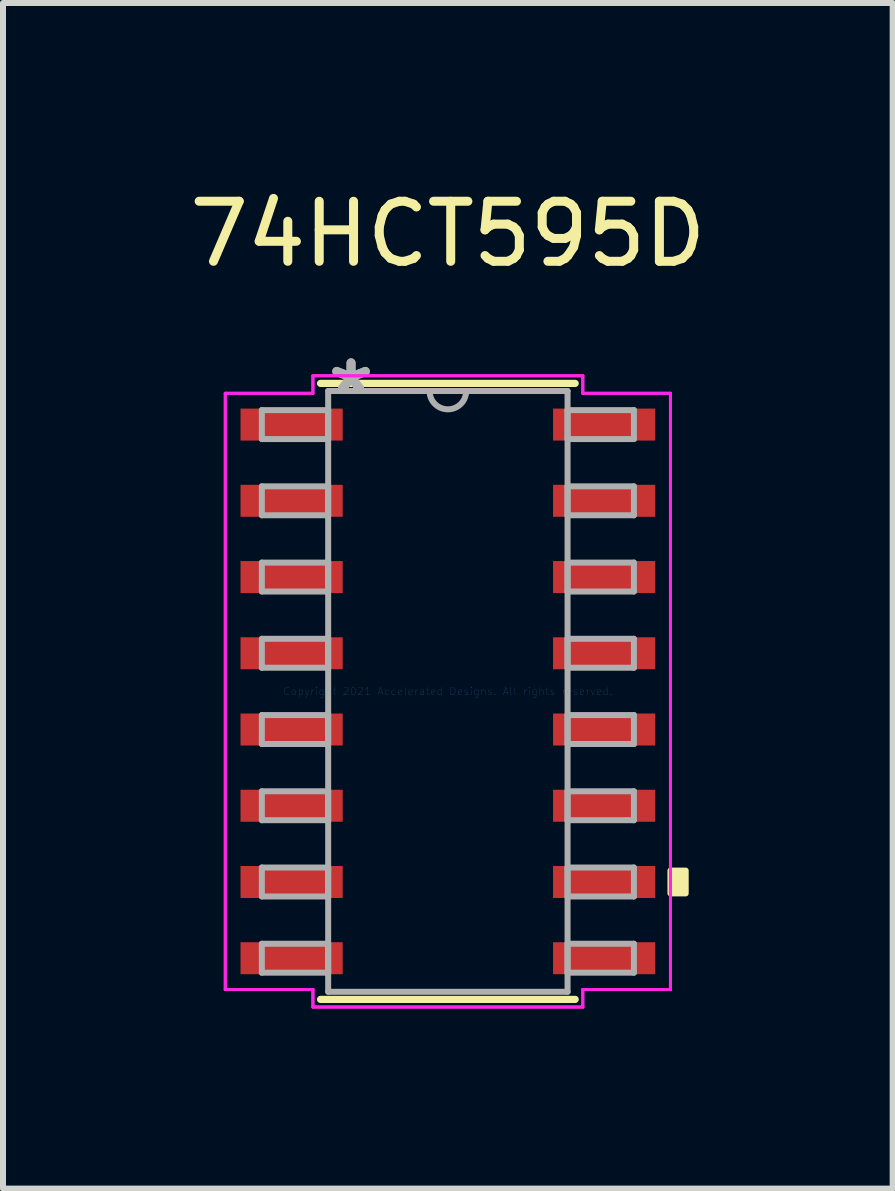
<source format=kicad_pcb>
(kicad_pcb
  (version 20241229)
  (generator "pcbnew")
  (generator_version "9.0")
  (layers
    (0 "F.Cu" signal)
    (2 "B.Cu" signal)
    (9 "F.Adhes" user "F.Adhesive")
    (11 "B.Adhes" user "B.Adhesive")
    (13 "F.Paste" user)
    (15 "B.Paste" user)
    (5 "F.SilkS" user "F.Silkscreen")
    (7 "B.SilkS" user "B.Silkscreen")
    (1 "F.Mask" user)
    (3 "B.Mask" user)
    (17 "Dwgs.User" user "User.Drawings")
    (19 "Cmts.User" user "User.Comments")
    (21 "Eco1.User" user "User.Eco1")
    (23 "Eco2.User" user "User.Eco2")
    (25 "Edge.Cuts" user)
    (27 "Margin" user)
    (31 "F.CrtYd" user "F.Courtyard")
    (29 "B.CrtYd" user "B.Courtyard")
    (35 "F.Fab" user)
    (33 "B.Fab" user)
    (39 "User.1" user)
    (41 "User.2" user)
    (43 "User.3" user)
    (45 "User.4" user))
  (footprint "74HCT595D"
    (layer "F.Cu")
    (at 4.411 8.468)
    (property "Reference" "74HCT595D" (at 0 -7.62 0) (layer "F.SilkS") (effects (font (size 1 1) (thickness 0.15))))
    (attr through_hole)
    (fp_line (start -2.121 5.131) (end 2.121 5.131) (stroke (width 0.12) (type solid)) (layer "F.SilkS"))
    (fp_line (start 2.121 -5.131) (end -2.121 -5.131) (stroke (width 0.12) (type solid)) (layer "F.SilkS"))
    (fp_poly (pts (xy 3.962 2.985) (xy 3.962 3.365) (xy 3.708 3.365) (xy 3.708 2.985)) (stroke (width 0.1) (type solid)) (fill yes) (layer "F.SilkS"))
    (fp_line (start -3.708 -4.966) (end -2.248 -4.966) (stroke (width 0.05) (type solid)) (layer "F.CrtYd"))
    (fp_line (start -3.708 -4.966) (end -2.248 -4.966) (stroke (width 0.05) (type solid)) (layer "F.CrtYd"))
    (fp_line (start -3.708 4.966) (end -3.708 -4.966) (stroke (width 0.05) (type solid)) (layer "F.CrtYd"))
    (fp_line (start -3.708 4.966) (end -3.708 -4.966) (stroke (width 0.05) (type solid)) (layer "F.CrtYd"))
    (fp_line (start -3.708 4.966) (end -2.248 4.966) (stroke (width 0.05) (type solid)) (layer "F.CrtYd"))
    (fp_line (start -2.248 -5.258) (end 2.248 -5.258) (stroke (width 0.05) (type solid)) (layer "F.CrtYd"))
    (fp_line (start -2.248 -5.258) (end 2.248 -5.258) (stroke (width 0.05) (type solid)) (layer "F.CrtYd"))
    (fp_line (start -2.248 -4.966) (end -2.248 -5.258) (stroke (width 0.05) (type solid)) (layer "F.CrtYd"))
    (fp_line (start -2.248 -4.966) (end -2.248 -5.258) (stroke (width 0.05) (type solid)) (layer "F.CrtYd"))
    (fp_line (start -2.248 4.966) (end -3.708 4.966) (stroke (width 0.05) (type solid)) (layer "F.CrtYd"))
    (fp_line (start -2.248 5.258) (end -2.248 4.966) (stroke (width 0.05) (type solid)) (layer "F.CrtYd"))
    (fp_line (start -2.248 5.258) (end -2.248 4.966) (stroke (width 0.05) (type solid)) (layer "F.CrtYd"))
    (fp_line (start 2.248 -5.258) (end 2.248 -4.966) (stroke (width 0.05) (type solid)) (layer "F.CrtYd"))
    (fp_line (start 2.248 -5.258) (end 2.248 -4.966) (stroke (width 0.05) (type solid)) (layer "F.CrtYd"))
    (fp_line (start 2.248 -4.966) (end 3.708 -4.966) (stroke (width 0.05) (type solid)) (layer "F.CrtYd"))
    (fp_line (start 2.248 4.966) (end 2.248 5.258) (stroke (width 0.05) (type solid)) (layer "F.CrtYd"))
    (fp_line (start 2.248 4.966) (end 2.248 5.258) (stroke (width 0.05) (type solid)) (layer "F.CrtYd"))
    (fp_line (start 2.248 5.258) (end -2.248 5.258) (stroke (width 0.05) (type solid)) (layer "F.CrtYd"))
    (fp_line (start 2.248 5.258) (end -2.248 5.258) (stroke (width 0.05) (type solid)) (layer "F.CrtYd"))
    (fp_line (start 3.708 -4.966) (end 2.248 -4.966) (stroke (width 0.05) (type solid)) (layer "F.CrtYd"))
    (fp_line (start 3.708 -4.966) (end 3.708 4.966) (stroke (width 0.05) (type solid)) (layer "F.CrtYd"))
    (fp_line (start 3.708 -4.966) (end 3.708 4.966) (stroke (width 0.05) (type solid)) (layer "F.CrtYd"))
    (fp_line (start 3.708 4.966) (end 2.248 4.966) (stroke (width 0.05) (type solid)) (layer "F.CrtYd"))
    (fp_line (start 3.708 4.966) (end 2.248 4.966) (stroke (width 0.05) (type solid)) (layer "F.CrtYd"))
    (fp_line (start -3.099 -4.686) (end -3.099 -4.204) (stroke (width 0.1) (type solid)) (layer "F.Fab"))
    (fp_line (start -3.099 -4.204) (end -1.994 -4.204) (stroke (width 0.1) (type solid)) (layer "F.Fab"))
    (fp_line (start -3.099 -3.416) (end -3.099 -2.934) (stroke (width 0.1) (type solid)) (layer "F.Fab"))
    (fp_line (start -3.099 -2.934) (end -1.994 -2.934) (stroke (width 0.1) (type solid)) (layer "F.Fab"))
    (fp_line (start -3.099 -2.146) (end -3.099 -1.664) (stroke (width 0.1) (type solid)) (layer "F.Fab"))
    (fp_line (start -3.099 -1.664) (end -1.994 -1.664) (stroke (width 0.1) (type solid)) (layer "F.Fab"))
    (fp_line (start -3.099 -0.876) (end -3.099 -0.394) (stroke (width 0.1) (type solid)) (layer "F.Fab"))
    (fp_line (start -3.099 -0.394) (end -1.994 -0.394) (stroke (width 0.1) (type solid)) (layer "F.Fab"))
    (fp_line (start -3.099 0.394) (end -3.099 0.876) (stroke (width 0.1) (type solid)) (layer "F.Fab"))
    (fp_line (start -3.099 0.876) (end -1.994 0.876) (stroke (width 0.1) (type solid)) (layer "F.Fab"))
    (fp_line (start -3.099 1.664) (end -3.099 2.146) (stroke (width 0.1) (type solid)) (layer "F.Fab"))
    (fp_line (start -3.099 2.146) (end -1.994 2.146) (stroke (width 0.1) (type solid)) (layer "F.Fab"))
    (fp_line (start -3.099 2.934) (end -3.099 3.416) (stroke (width 0.1) (type solid)) (layer "F.Fab"))
    (fp_line (start -3.099 3.416) (end -1.994 3.416) (stroke (width 0.1) (type solid)) (layer "F.Fab"))
    (fp_line (start -3.099 4.204) (end -3.099 4.686) (stroke (width 0.1) (type solid)) (layer "F.Fab"))
    (fp_line (start -3.099 4.686) (end -1.994 4.686) (stroke (width 0.1) (type solid)) (layer "F.Fab"))
    (fp_line (start -1.994 -5.004) (end -1.994 5.004) (stroke (width 0.1) (type solid)) (layer "F.Fab"))
    (fp_line (start -1.994 -4.686) (end -3.099 -4.686) (stroke (width 0.1) (type solid)) (layer "F.Fab"))
    (fp_line (start -1.994 -4.204) (end -1.994 -4.686) (stroke (width 0.1) (type solid)) (layer "F.Fab"))
    (fp_line (start -1.994 -3.416) (end -3.099 -3.416) (stroke (width 0.1) (type solid)) (layer "F.Fab"))
    (fp_line (start -1.994 -2.934) (end -1.994 -3.416) (stroke (width 0.1) (type solid)) (layer "F.Fab"))
    (fp_line (start -1.994 -2.146) (end -3.099 -2.146) (stroke (width 0.1) (type solid)) (layer "F.Fab"))
    (fp_line (start -1.994 -1.664) (end -1.994 -2.146) (stroke (width 0.1) (type solid)) (layer "F.Fab"))
    (fp_line (start -1.994 -0.876) (end -3.099 -0.876) (stroke (width 0.1) (type solid)) (layer "F.Fab"))
    (fp_line (start -1.994 -0.394) (end -1.994 -0.876) (stroke (width 0.1) (type solid)) (layer "F.Fab"))
    (fp_line (start -1.994 0.394) (end -3.099 0.394) (stroke (width 0.1) (type solid)) (layer "F.Fab"))
    (fp_line (start -1.994 0.876) (end -1.994 0.394) (stroke (width 0.1) (type solid)) (layer "F.Fab"))
    (fp_line (start -1.994 1.664) (end -3.099 1.664) (stroke (width 0.1) (type solid)) (layer "F.Fab"))
    (fp_line (start -1.994 2.146) (end -1.994 1.664) (stroke (width 0.1) (type solid)) (layer "F.Fab"))
    (fp_line (start -1.994 2.934) (end -3.099 2.934) (stroke (width 0.1) (type solid)) (layer "F.Fab"))
    (fp_line (start -1.994 3.416) (end -1.994 2.934) (stroke (width 0.1) (type solid)) (layer "F.Fab"))
    (fp_line (start -1.994 4.204) (end -3.099 4.204) (stroke (width 0.1) (type solid)) (layer "F.Fab"))
    (fp_line (start -1.994 4.686) (end -1.994 4.204) (stroke (width 0.1) (type solid)) (layer "F.Fab"))
    (fp_line (start -1.994 5.004) (end 1.994 5.004) (stroke (width 0.1) (type solid)) (layer "F.Fab"))
    (fp_line (start 1.994 -5.004) (end -1.994 -5.004) (stroke (width 0.1) (type solid)) (layer "F.Fab"))
    (fp_line (start 1.994 -4.686) (end 1.994 -4.204) (stroke (width 0.1) (type solid)) (layer "F.Fab"))
    (fp_line (start 1.994 -4.204) (end 3.099 -4.204) (stroke (width 0.1) (type solid)) (layer "F.Fab"))
    (fp_line (start 1.994 -3.416) (end 1.994 -2.934) (stroke (width 0.1) (type solid)) (layer "F.Fab"))
    (fp_line (start 1.994 -2.934) (end 3.099 -2.934) (stroke (width 0.1) (type solid)) (layer "F.Fab"))
    (fp_line (start 1.994 -2.146) (end 1.994 -1.664) (stroke (width 0.1) (type solid)) (layer "F.Fab"))
    (fp_line (start 1.994 -1.664) (end 3.099 -1.664) (stroke (width 0.1) (type solid)) (layer "F.Fab"))
    (fp_line (start 1.994 -0.876) (end 1.994 -0.394) (stroke (width 0.1) (type solid)) (layer "F.Fab"))
    (fp_line (start 1.994 -0.394) (end 3.099 -0.394) (stroke (width 0.1) (type solid)) (layer "F.Fab"))
    (fp_line (start 1.994 0.394) (end 1.994 0.876) (stroke (width 0.1) (type solid)) (layer "F.Fab"))
    (fp_line (start 1.994 0.876) (end 3.099 0.876) (stroke (width 0.1) (type solid)) (layer "F.Fab"))
    (fp_line (start 1.994 1.664) (end 1.994 2.146) (stroke (width 0.1) (type solid)) (layer "F.Fab"))
    (fp_line (start 1.994 2.146) (end 3.099 2.146) (stroke (width 0.1) (type solid)) (layer "F.Fab"))
    (fp_line (start 1.994 2.934) (end 1.994 3.416) (stroke (width 0.1) (type solid)) (layer "F.Fab"))
    (fp_line (start 1.994 3.416) (end 3.099 3.416) (stroke (width 0.1) (type solid)) (layer "F.Fab"))
    (fp_line (start 1.994 4.204) (end 1.994 4.686) (stroke (width 0.1) (type solid)) (layer "F.Fab"))
    (fp_line (start 1.994 4.686) (end 3.099 4.686) (stroke (width 0.1) (type solid)) (layer "F.Fab"))
    (fp_line (start 1.994 5.004) (end 1.994 -5.004) (stroke (width 0.1) (type solid)) (layer "F.Fab"))
    (fp_line (start 3.099 -4.686) (end 1.994 -4.686) (stroke (width 0.1) (type solid)) (layer "F.Fab"))
    (fp_line (start 3.099 -4.204) (end 3.099 -4.686) (stroke (width 0.1) (type solid)) (layer "F.Fab"))
    (fp_line (start 3.099 -3.416) (end 1.994 -3.416) (stroke (width 0.1) (type solid)) (layer "F.Fab"))
    (fp_line (start 3.099 -2.934) (end 3.099 -3.416) (stroke (width 0.1) (type solid)) (layer "F.Fab"))
    (fp_line (start 3.099 -2.146) (end 1.994 -2.146) (stroke (width 0.1) (type solid)) (layer "F.Fab"))
    (fp_line (start 3.099 -1.664) (end 3.099 -2.146) (stroke (width 0.1) (type solid)) (layer "F.Fab"))
    (fp_line (start 3.099 -0.876) (end 1.994 -0.876) (stroke (width 0.1) (type solid)) (layer "F.Fab"))
    (fp_line (start 3.099 -0.394) (end 3.099 -0.876) (stroke (width 0.1) (type solid)) (layer "F.Fab"))
    (fp_line (start 3.099 0.394) (end 1.994 0.394) (stroke (width 0.1) (type solid)) (layer "F.Fab"))
    (fp_line (start 3.099 0.876) (end 3.099 0.394) (stroke (width 0.1) (type solid)) (layer "F.Fab"))
    (fp_line (start 3.099 1.664) (end 1.994 1.664) (stroke (width 0.1) (type solid)) (layer "F.Fab"))
    (fp_line (start 3.099 2.146) (end 3.099 1.664) (stroke (width 0.1) (type solid)) (layer "F.Fab"))
    (fp_line (start 3.099 2.934) (end 1.994 2.934) (stroke (width 0.1) (type solid)) (layer "F.Fab"))
    (fp_line (start 3.099 3.416) (end 3.099 2.934) (stroke (width 0.1) (type solid)) (layer "F.Fab"))
    (fp_line (start 3.099 4.204) (end 1.994 4.204) (stroke (width 0.1) (type solid)) (layer "F.Fab"))
    (fp_line (start 3.099 4.686) (end 3.099 4.204) (stroke (width 0.1) (type solid)) (layer "F.Fab"))
    (fp_arc (start 0.3048 -5.0038) (mid 0 -4.699) (end -0.3048 -5.0038) (stroke (width 0.1) (type solid)) (layer "F.Fab"))
    (fp_text user "Copyright 2021 Accelerated Designs. All rights reserved." (at 0 0 0) (layer "Cmts.User") (effects (font (size 0.127 0.127) (thickness 0.002))))
    (fp_text user "*" (at -1.613 -4.928 0) (layer "F.Fab") (effects (font (size 1 1) (thickness 0.15))))
    (fp_text user "*" (at -1.613 -4.928 0) (layer "F.Fab") (effects (font (size 1 1) (thickness 0.15))))
    (pad "1" smd rect (at -2.603 -4.445) (size 1.702 0.533) (layers "F.Cu" "F.Mask" "F.Paste"))
    (pad "2" smd rect (at -2.603 -3.175) (size 1.702 0.533) (layers "F.Cu" "F.Mask" "F.Paste"))
    (pad "3" smd rect (at -2.603 -1.905) (size 1.702 0.533) (layers "F.Cu" "F.Mask" "F.Paste"))
    (pad "4" smd rect (at -2.603 -0.635) (size 1.702 0.533) (layers "F.Cu" "F.Mask" "F.Paste"))
    (pad "5" smd rect (at -2.603 0.635) (size 1.702 0.533) (layers "F.Cu" "F.Mask" "F.Paste"))
    (pad "6" smd rect (at -2.603 1.905) (size 1.702 0.533) (layers "F.Cu" "F.Mask" "F.Paste"))
    (pad "7" smd rect (at -2.603 3.175) (size 1.702 0.533) (layers "F.Cu" "F.Mask" "F.Paste"))
    (pad "8" smd rect (at -2.603 4.445) (size 1.702 0.533) (layers "F.Cu" "F.Mask" "F.Paste"))
    (pad "9" smd rect (at 2.603 4.445) (size 1.702 0.533) (layers "F.Cu" "F.Mask" "F.Paste"))
    (pad "10" smd rect (at 2.603 3.175) (size 1.702 0.533) (layers "F.Cu" "F.Mask" "F.Paste"))
    (pad "11" smd rect (at 2.603 1.905) (size 1.702 0.533) (layers "F.Cu" "F.Mask" "F.Paste"))
    (pad "12" smd rect (at 2.603 0.635) (size 1.702 0.533) (layers "F.Cu" "F.Mask" "F.Paste"))
    (pad "13" smd rect (at 2.603 -0.635) (size 1.702 0.533) (layers "F.Cu" "F.Mask" "F.Paste"))
    (pad "14" smd rect (at 2.603 -1.905) (size 1.702 0.533) (layers "F.Cu" "F.Mask" "F.Paste"))
    (pad "15" smd rect (at 2.603 -3.175) (size 1.702 0.533) (layers "F.Cu" "F.Mask" "F.Paste"))
    (pad "16" smd rect (at 2.603 -4.445) (size 1.702 0.533) (layers "F.Cu" "F.Mask" "F.Paste")))
  (gr_rect
    (start -3 -3)
    (end 11.821 16.751)
    (stroke (width 0.1) (type default))
    (fill no)
    (layer "Edge.Cuts")))
</source>
